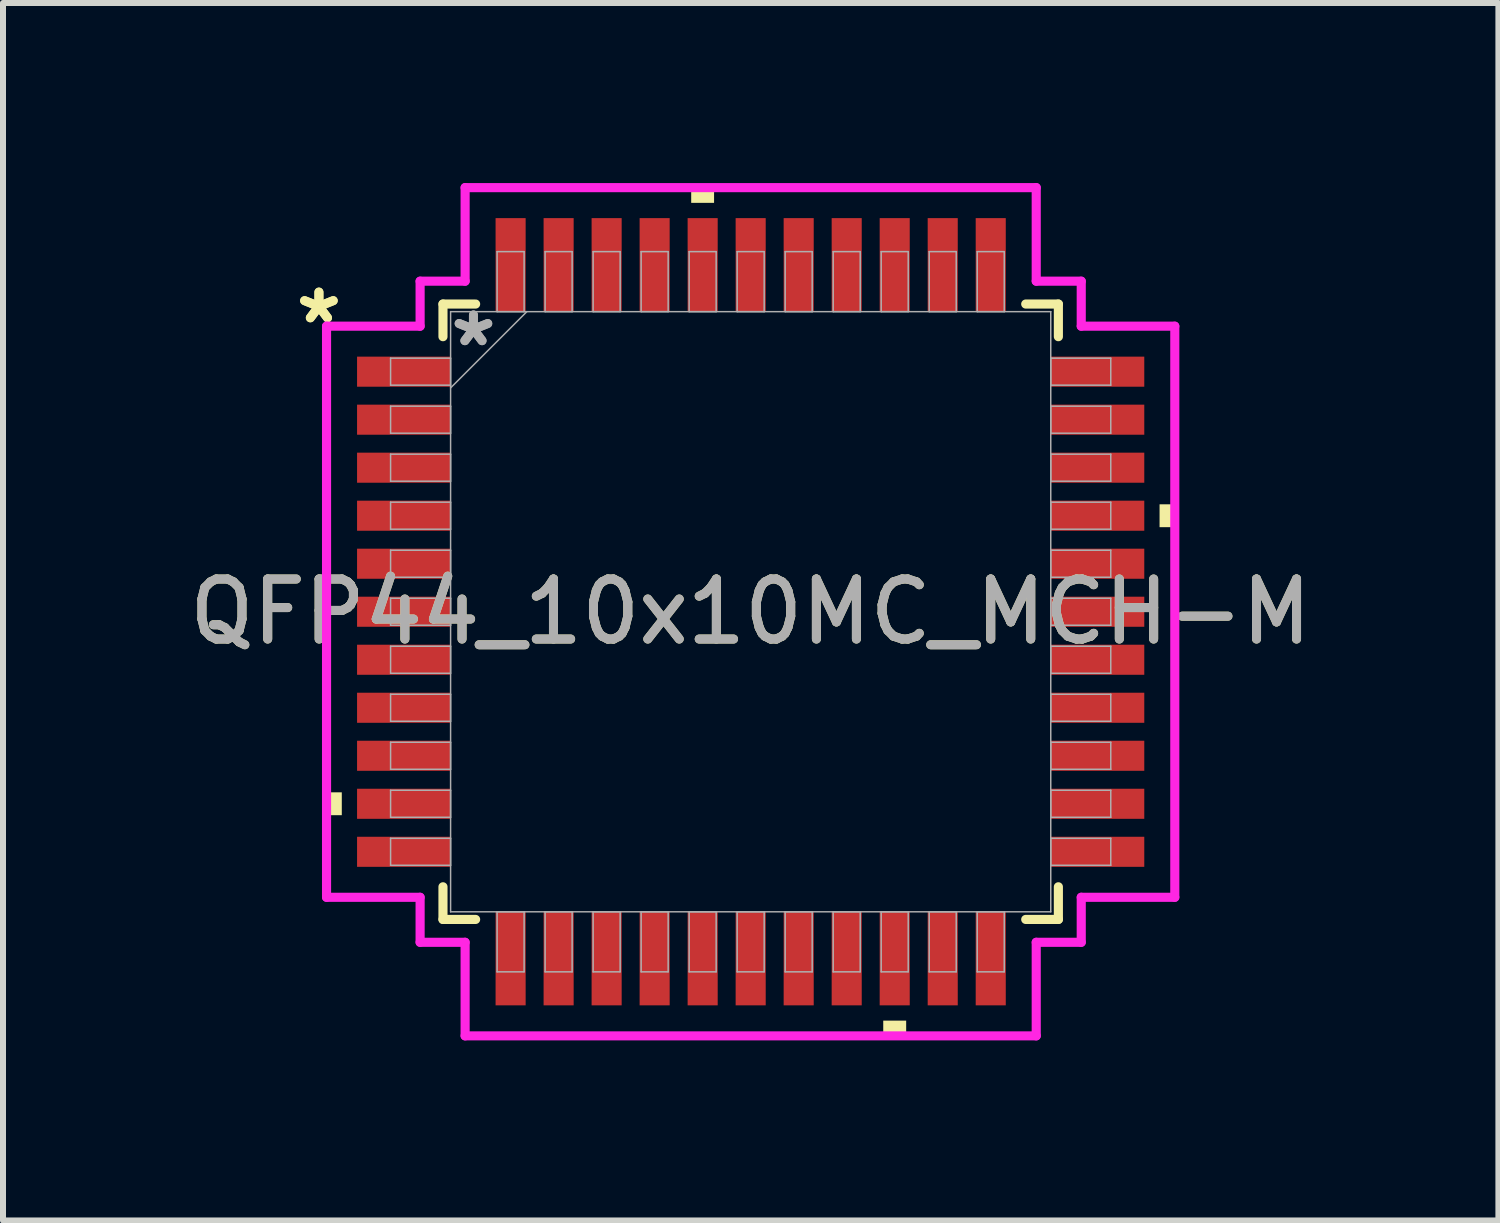
<source format=kicad_pcb>
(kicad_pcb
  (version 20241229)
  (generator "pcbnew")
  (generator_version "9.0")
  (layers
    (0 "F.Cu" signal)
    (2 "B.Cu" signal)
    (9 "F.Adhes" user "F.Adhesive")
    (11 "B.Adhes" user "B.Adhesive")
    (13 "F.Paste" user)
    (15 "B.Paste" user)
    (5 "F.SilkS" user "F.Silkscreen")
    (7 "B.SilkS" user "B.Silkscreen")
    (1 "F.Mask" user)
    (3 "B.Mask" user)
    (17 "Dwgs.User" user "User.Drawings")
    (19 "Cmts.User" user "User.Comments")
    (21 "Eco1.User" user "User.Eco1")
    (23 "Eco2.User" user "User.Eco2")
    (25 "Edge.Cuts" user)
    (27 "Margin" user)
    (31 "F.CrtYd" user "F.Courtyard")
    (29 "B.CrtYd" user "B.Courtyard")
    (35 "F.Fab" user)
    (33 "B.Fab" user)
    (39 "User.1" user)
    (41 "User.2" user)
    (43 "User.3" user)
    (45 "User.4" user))
  (footprint "QFP44_10x10MC_MCH-M"
    (layer "F.Cu")
    (at 9.458 7.143)
    (property "Reference" "QFP44_10x10MC_MCH-M" (at 0 0 0) (unlocked yes) (layer "F.SilkS") (effects (font (size 1 1) (thickness 0.15))))
    (attr smd)
    (fp_line (start -5.127 -5.127) (end -5.127 -4.583) (stroke (width 0.152) (type solid)) (layer "F.SilkS"))
    (fp_line (start -5.127 4.583) (end -5.127 5.127) (stroke (width 0.152) (type solid)) (layer "F.SilkS"))
    (fp_line (start -5.127 5.127) (end -4.583 5.127) (stroke (width 0.152) (type solid)) (layer "F.SilkS"))
    (fp_line (start -4.583 -5.127) (end -5.127 -5.127) (stroke (width 0.152) (type solid)) (layer "F.SilkS"))
    (fp_line (start 4.583 5.127) (end 5.127 5.127) (stroke (width 0.152) (type solid)) (layer "F.SilkS"))
    (fp_line (start 5.127 -5.127) (end 4.583 -5.127) (stroke (width 0.152) (type solid)) (layer "F.SilkS"))
    (fp_line (start 5.127 -4.583) (end 5.127 -5.127) (stroke (width 0.152) (type solid)) (layer "F.SilkS"))
    (fp_line (start 5.127 5.127) (end 5.127 4.583) (stroke (width 0.152) (type solid)) (layer "F.SilkS"))
    (fp_poly (pts (xy -7.067 3.009) (xy -7.067 3.39) (xy -6.813 3.39) (xy -6.813 3.009)) (stroke (width 0) (type solid)) (fill yes) (layer "F.SilkS"))
    (fp_poly (pts (xy -0.991 -6.813) (xy -0.991 -7.067) (xy -0.61 -7.067) (xy -0.61 -6.813)) (stroke (width 0) (type solid)) (fill yes) (layer "F.SilkS"))
    (fp_poly (pts (xy 2.209 6.813) (xy 2.209 7.067) (xy 2.591 7.067) (xy 2.591 6.813)) (stroke (width 0) (type solid)) (fill yes) (layer "F.SilkS"))
    (fp_poly (pts (xy 7.067 -1.79) (xy 7.067 -1.409) (xy 6.813 -1.409) (xy 6.813 -1.79)) (stroke (width 0) (type solid)) (fill yes) (layer "F.SilkS"))
    (fp_line (start -7.067 -4.758) (end -5.508 -4.758) (stroke (width 0.152) (type solid)) (layer "F.CrtYd"))
    (fp_line (start -7.067 4.758) (end -7.067 -4.758) (stroke (width 0.152) (type solid)) (layer "F.CrtYd"))
    (fp_line (start -5.508 -5.508) (end -4.758 -5.508) (stroke (width 0.152) (type solid)) (layer "F.CrtYd"))
    (fp_line (start -5.508 -4.758) (end -5.508 -5.508) (stroke (width 0.152) (type solid)) (layer "F.CrtYd"))
    (fp_line (start -5.508 4.758) (end -7.067 4.758) (stroke (width 0.152) (type solid)) (layer "F.CrtYd"))
    (fp_line (start -5.508 5.508) (end -5.508 4.758) (stroke (width 0.152) (type solid)) (layer "F.CrtYd"))
    (fp_line (start -5.508 5.508) (end -4.758 5.508) (stroke (width 0.152) (type solid)) (layer "F.CrtYd"))
    (fp_line (start -4.758 -7.067) (end 4.758 -7.067) (stroke (width 0.152) (type solid)) (layer "F.CrtYd"))
    (fp_line (start -4.758 -5.508) (end -4.758 -7.067) (stroke (width 0.152) (type solid)) (layer "F.CrtYd"))
    (fp_line (start -4.758 5.508) (end -4.758 7.067) (stroke (width 0.152) (type solid)) (layer "F.CrtYd"))
    (fp_line (start -4.758 7.067) (end 4.758 7.067) (stroke (width 0.152) (type solid)) (layer "F.CrtYd"))
    (fp_line (start 4.758 -7.067) (end 4.758 -5.508) (stroke (width 0.152) (type solid)) (layer "F.CrtYd"))
    (fp_line (start 4.758 -5.508) (end 5.508 -5.508) (stroke (width 0.152) (type solid)) (layer "F.CrtYd"))
    (fp_line (start 4.758 5.508) (end 5.508 5.508) (stroke (width 0.152) (type solid)) (layer "F.CrtYd"))
    (fp_line (start 4.758 7.067) (end 4.758 5.508) (stroke (width 0.152) (type solid)) (layer "F.CrtYd"))
    (fp_line (start 5.508 -4.758) (end 5.508 -5.508) (stroke (width 0.152) (type solid)) (layer "F.CrtYd"))
    (fp_line (start 5.508 4.758) (end 7.067 4.758) (stroke (width 0.152) (type solid)) (layer "F.CrtYd"))
    (fp_line (start 5.508 5.508) (end 5.508 4.758) (stroke (width 0.152) (type solid)) (layer "F.CrtYd"))
    (fp_line (start 7.067 -4.758) (end 5.508 -4.758) (stroke (width 0.152) (type solid)) (layer "F.CrtYd"))
    (fp_line (start 7.067 4.758) (end 7.067 -4.758) (stroke (width 0.152) (type solid)) (layer "F.CrtYd"))
    (fp_line (start -6 -4.225) (end -6 -3.775) (stroke (width 0.025) (type solid)) (layer "F.Fab"))
    (fp_line (start -6 -3.775) (end -5 -3.775) (stroke (width 0.025) (type solid)) (layer "F.Fab"))
    (fp_line (start -6 -3.425) (end -6 -2.975) (stroke (width 0.025) (type solid)) (layer "F.Fab"))
    (fp_line (start -6 -2.975) (end -5 -2.975) (stroke (width 0.025) (type solid)) (layer "F.Fab"))
    (fp_line (start -6 -2.625) (end -6 -2.175) (stroke (width 0.025) (type solid)) (layer "F.Fab"))
    (fp_line (start -6 -2.175) (end -5 -2.175) (stroke (width 0.025) (type solid)) (layer "F.Fab"))
    (fp_line (start -6 -1.825) (end -6 -1.375) (stroke (width 0.025) (type solid)) (layer "F.Fab"))
    (fp_line (start -6 -1.375) (end -5 -1.375) (stroke (width 0.025) (type solid)) (layer "F.Fab"))
    (fp_line (start -6 -1.025) (end -6 -0.575) (stroke (width 0.025) (type solid)) (layer "F.Fab"))
    (fp_line (start -6 -0.575) (end -5 -0.575) (stroke (width 0.025) (type solid)) (layer "F.Fab"))
    (fp_line (start -6 -0.225) (end -6 0.225) (stroke (width 0.025) (type solid)) (layer "F.Fab"))
    (fp_line (start -6 0.225) (end -5 0.225) (stroke (width 0.025) (type solid)) (layer "F.Fab"))
    (fp_line (start -6 0.575) (end -6 1.025) (stroke (width 0.025) (type solid)) (layer "F.Fab"))
    (fp_line (start -6 1.025) (end -5 1.025) (stroke (width 0.025) (type solid)) (layer "F.Fab"))
    (fp_line (start -6 1.375) (end -6 1.825) (stroke (width 0.025) (type solid)) (layer "F.Fab"))
    (fp_line (start -6 1.825) (end -5 1.825) (stroke (width 0.025) (type solid)) (layer "F.Fab"))
    (fp_line (start -6 2.175) (end -6 2.625) (stroke (width 0.025) (type solid)) (layer "F.Fab"))
    (fp_line (start -6 2.625) (end -5 2.625) (stroke (width 0.025) (type solid)) (layer "F.Fab"))
    (fp_line (start -6 2.975) (end -6 3.425) (stroke (width 0.025) (type solid)) (layer "F.Fab"))
    (fp_line (start -6 3.425) (end -5 3.425) (stroke (width 0.025) (type solid)) (layer "F.Fab"))
    (fp_line (start -6 3.775) (end -6 4.225) (stroke (width 0.025) (type solid)) (layer "F.Fab"))
    (fp_line (start -6 4.225) (end -5 4.225) (stroke (width 0.025) (type solid)) (layer "F.Fab"))
    (fp_line (start -5 -5) (end -5 5) (stroke (width 0.025) (type solid)) (layer "F.Fab"))
    (fp_line (start -5 -4.225) (end -6 -4.225) (stroke (width 0.025) (type solid)) (layer "F.Fab"))
    (fp_line (start -5 -3.775) (end -5 -4.225) (stroke (width 0.025) (type solid)) (layer "F.Fab"))
    (fp_line (start -5 -3.73) (end -3.73 -5) (stroke (width 0.025) (type solid)) (layer "F.Fab"))
    (fp_line (start -5 -3.425) (end -6 -3.425) (stroke (width 0.025) (type solid)) (layer "F.Fab"))
    (fp_line (start -5 -2.975) (end -5 -3.425) (stroke (width 0.025) (type solid)) (layer "F.Fab"))
    (fp_line (start -5 -2.625) (end -6 -2.625) (stroke (width 0.025) (type solid)) (layer "F.Fab"))
    (fp_line (start -5 -2.175) (end -5 -2.625) (stroke (width 0.025) (type solid)) (layer "F.Fab"))
    (fp_line (start -5 -1.825) (end -6 -1.825) (stroke (width 0.025) (type solid)) (layer "F.Fab"))
    (fp_line (start -5 -1.375) (end -5 -1.825) (stroke (width 0.025) (type solid)) (layer "F.Fab"))
    (fp_line (start -5 -1.025) (end -6 -1.025) (stroke (width 0.025) (type solid)) (layer "F.Fab"))
    (fp_line (start -5 -0.575) (end -5 -1.025) (stroke (width 0.025) (type solid)) (layer "F.Fab"))
    (fp_line (start -5 -0.225) (end -6 -0.225) (stroke (width 0.025) (type solid)) (layer "F.Fab"))
    (fp_line (start -5 0.225) (end -5 -0.225) (stroke (width 0.025) (type solid)) (layer "F.Fab"))
    (fp_line (start -5 0.575) (end -6 0.575) (stroke (width 0.025) (type solid)) (layer "F.Fab"))
    (fp_line (start -5 1.025) (end -5 0.575) (stroke (width 0.025) (type solid)) (layer "F.Fab"))
    (fp_line (start -5 1.375) (end -6 1.375) (stroke (width 0.025) (type solid)) (layer "F.Fab"))
    (fp_line (start -5 1.825) (end -5 1.375) (stroke (width 0.025) (type solid)) (layer "F.Fab"))
    (fp_line (start -5 2.175) (end -6 2.175) (stroke (width 0.025) (type solid)) (layer "F.Fab"))
    (fp_line (start -5 2.625) (end -5 2.175) (stroke (width 0.025) (type solid)) (layer "F.Fab"))
    (fp_line (start -5 2.975) (end -6 2.975) (stroke (width 0.025) (type solid)) (layer "F.Fab"))
    (fp_line (start -5 3.425) (end -5 2.975) (stroke (width 0.025) (type solid)) (layer "F.Fab"))
    (fp_line (start -5 3.775) (end -6 3.775) (stroke (width 0.025) (type solid)) (layer "F.Fab"))
    (fp_line (start -5 4.225) (end -5 3.775) (stroke (width 0.025) (type solid)) (layer "F.Fab"))
    (fp_line (start -5 5) (end 5 5) (stroke (width 0.025) (type solid)) (layer "F.Fab"))
    (fp_line (start -4.225 5) (end -4.225 6) (stroke (width 0.025) (type solid)) (layer "F.Fab"))
    (fp_line (start -4.225 6) (end -3.775 6) (stroke (width 0.025) (type solid)) (layer "F.Fab"))
    (fp_line (start -4.225 -6) (end -4.225 -5) (stroke (width 0.025) (type solid)) (layer "F.Fab"))
    (fp_line (start -4.225 -5) (end -3.775 -5) (stroke (width 0.025) (type solid)) (layer "F.Fab"))
    (fp_line (start -3.775 5) (end -4.225 5) (stroke (width 0.025) (type solid)) (layer "F.Fab"))
    (fp_line (start -3.775 6) (end -3.775 5) (stroke (width 0.025) (type solid)) (layer "F.Fab"))
    (fp_line (start -3.775 -6) (end -4.225 -6) (stroke (width 0.025) (type solid)) (layer "F.Fab"))
    (fp_line (start -3.775 -5) (end -3.775 -6) (stroke (width 0.025) (type solid)) (layer "F.Fab"))
    (fp_line (start -3.425 -6) (end -3.425 -5) (stroke (width 0.025) (type solid)) (layer "F.Fab"))
    (fp_line (start -3.425 -5) (end -2.975 -5) (stroke (width 0.025) (type solid)) (layer "F.Fab"))
    (fp_line (start -3.425 5) (end -3.425 6) (stroke (width 0.025) (type solid)) (layer "F.Fab"))
    (fp_line (start -3.425 6) (end -2.975 6) (stroke (width 0.025) (type solid)) (layer "F.Fab"))
    (fp_line (start -2.975 5) (end -3.425 5) (stroke (width 0.025) (type solid)) (layer "F.Fab"))
    (fp_line (start -2.975 6) (end -2.975 5) (stroke (width 0.025) (type solid)) (layer "F.Fab"))
    (fp_line (start -2.975 -6) (end -3.425 -6) (stroke (width 0.025) (type solid)) (layer "F.Fab"))
    (fp_line (start -2.975 -5) (end -2.975 -6) (stroke (width 0.025) (type solid)) (layer "F.Fab"))
    (fp_line (start -2.625 -6) (end -2.625 -5) (stroke (width 0.025) (type solid)) (layer "F.Fab"))
    (fp_line (start -2.625 -5) (end -2.175 -5) (stroke (width 0.025) (type solid)) (layer "F.Fab"))
    (fp_line (start -2.625 5) (end -2.625 6) (stroke (width 0.025) (type solid)) (layer "F.Fab"))
    (fp_line (start -2.625 6) (end -2.175 6) (stroke (width 0.025) (type solid)) (layer "F.Fab"))
    (fp_line (start -2.175 -6) (end -2.625 -6) (stroke (width 0.025) (type solid)) (layer "F.Fab"))
    (fp_line (start -2.175 -5) (end -2.175 -6) (stroke (width 0.025) (type solid)) (layer "F.Fab"))
    (fp_line (start -2.175 5) (end -2.625 5) (stroke (width 0.025) (type solid)) (layer "F.Fab"))
    (fp_line (start -2.175 6) (end -2.175 5) (stroke (width 0.025) (type solid)) (layer "F.Fab"))
    (fp_line (start -1.825 -6) (end -1.825 -5) (stroke (width 0.025) (type solid)) (layer "F.Fab"))
    (fp_line (start -1.825 -5) (end -1.375 -5) (stroke (width 0.025) (type solid)) (layer "F.Fab"))
    (fp_line (start -1.825 5) (end -1.825 6) (stroke (width 0.025) (type solid)) (layer "F.Fab"))
    (fp_line (start -1.825 6) (end -1.375 6) (stroke (width 0.025) (type solid)) (layer "F.Fab"))
    (fp_line (start -1.375 -6) (end -1.825 -6) (stroke (width 0.025) (type solid)) (layer "F.Fab"))
    (fp_line (start -1.375 -5) (end -1.375 -6) (stroke (width 0.025) (type solid)) (layer "F.Fab"))
    (fp_line (start -1.375 5) (end -1.825 5) (stroke (width 0.025) (type solid)) (layer "F.Fab"))
    (fp_line (start -1.375 6) (end -1.375 5) (stroke (width 0.025) (type solid)) (layer "F.Fab"))
    (fp_line (start -1.025 -6) (end -1.025 -5) (stroke (width 0.025) (type solid)) (layer "F.Fab"))
    (fp_line (start -1.025 -5) (end -0.575 -5) (stroke (width 0.025) (type solid)) (layer "F.Fab"))
    (fp_line (start -1.025 5) (end -1.025 6) (stroke (width 0.025) (type solid)) (layer "F.Fab"))
    (fp_line (start -1.025 6) (end -0.575 6) (stroke (width 0.025) (type solid)) (layer "F.Fab"))
    (fp_line (start -0.575 -6) (end -1.025 -6) (stroke (width 0.025) (type solid)) (layer "F.Fab"))
    (fp_line (start -0.575 -5) (end -0.575 -6) (stroke (width 0.025) (type solid)) (layer "F.Fab"))
    (fp_line (start -0.575 5) (end -1.025 5) (stroke (width 0.025) (type solid)) (layer "F.Fab"))
    (fp_line (start -0.575 6) (end -0.575 5) (stroke (width 0.025) (type solid)) (layer "F.Fab"))
    (fp_line (start -0.225 -6) (end -0.225 -5) (stroke (width 0.025) (type solid)) (layer "F.Fab"))
    (fp_line (start -0.225 -5) (end 0.225 -5) (stroke (width 0.025) (type solid)) (layer "F.Fab"))
    (fp_line (start -0.225 5) (end -0.225 6) (stroke (width 0.025) (type solid)) (layer "F.Fab"))
    (fp_line (start -0.225 6) (end 0.225 6) (stroke (width 0.025) (type solid)) (layer "F.Fab"))
    (fp_line (start 0.225 -6) (end -0.225 -6) (stroke (width 0.025) (type solid)) (layer "F.Fab"))
    (fp_line (start 0.225 -5) (end 0.225 -6) (stroke (width 0.025) (type solid)) (layer "F.Fab"))
    (fp_line (start 0.225 5) (end -0.225 5) (stroke (width 0.025) (type solid)) (layer "F.Fab"))
    (fp_line (start 0.225 6) (end 0.225 5) (stroke (width 0.025) (type solid)) (layer "F.Fab"))
    (fp_line (start 0.575 -6) (end 0.575 -5) (stroke (width 0.025) (type solid)) (layer "F.Fab"))
    (fp_line (start 0.575 -5) (end 1.025 -5) (stroke (width 0.025) (type solid)) (layer "F.Fab"))
    (fp_line (start 0.575 5) (end 0.575 6) (stroke (width 0.025) (type solid)) (layer "F.Fab"))
    (fp_line (start 0.575 6) (end 1.025 6) (stroke (width 0.025) (type solid)) (layer "F.Fab"))
    (fp_line (start 1.025 -6) (end 0.575 -6) (stroke (width 0.025) (type solid)) (layer "F.Fab"))
    (fp_line (start 1.025 -5) (end 1.025 -6) (stroke (width 0.025) (type solid)) (layer "F.Fab"))
    (fp_line (start 1.025 5) (end 0.575 5) (stroke (width 0.025) (type solid)) (layer "F.Fab"))
    (fp_line (start 1.025 6) (end 1.025 5) (stroke (width 0.025) (type solid)) (layer "F.Fab"))
    (fp_line (start 1.375 -6) (end 1.375 -5) (stroke (width 0.025) (type solid)) (layer "F.Fab"))
    (fp_line (start 1.375 -5) (end 1.825 -5) (stroke (width 0.025) (type solid)) (layer "F.Fab"))
    (fp_line (start 1.375 5) (end 1.375 6) (stroke (width 0.025) (type solid)) (layer "F.Fab"))
    (fp_line (start 1.375 6) (end 1.825 6) (stroke (width 0.025) (type solid)) (layer "F.Fab"))
    (fp_line (start 1.825 -6) (end 1.375 -6) (stroke (width 0.025) (type solid)) (layer "F.Fab"))
    (fp_line (start 1.825 -5) (end 1.825 -6) (stroke (width 0.025) (type solid)) (layer "F.Fab"))
    (fp_line (start 1.825 5) (end 1.375 5) (stroke (width 0.025) (type solid)) (layer "F.Fab"))
    (fp_line (start 1.825 6) (end 1.825 5) (stroke (width 0.025) (type solid)) (layer "F.Fab"))
    (fp_line (start 2.175 -6) (end 2.175 -5) (stroke (width 0.025) (type solid)) (layer "F.Fab"))
    (fp_line (start 2.175 -5) (end 2.625 -5) (stroke (width 0.025) (type solid)) (layer "F.Fab"))
    (fp_line (start 2.175 5) (end 2.175 6) (stroke (width 0.025) (type solid)) (layer "F.Fab"))
    (fp_line (start 2.175 6) (end 2.625 6) (stroke (width 0.025) (type solid)) (layer "F.Fab"))
    (fp_line (start 2.625 -6) (end 2.175 -6) (stroke (width 0.025) (type solid)) (layer "F.Fab"))
    (fp_line (start 2.625 -5) (end 2.625 -6) (stroke (width 0.025) (type solid)) (layer "F.Fab"))
    (fp_line (start 2.625 5) (end 2.175 5) (stroke (width 0.025) (type solid)) (layer "F.Fab"))
    (fp_line (start 2.625 6) (end 2.625 5) (stroke (width 0.025) (type solid)) (layer "F.Fab"))
    (fp_line (start 2.975 5) (end 2.975 6) (stroke (width 0.025) (type solid)) (layer "F.Fab"))
    (fp_line (start 2.975 6) (end 3.425 6) (stroke (width 0.025) (type solid)) (layer "F.Fab"))
    (fp_line (start 2.975 -6) (end 2.975 -5) (stroke (width 0.025) (type solid)) (layer "F.Fab"))
    (fp_line (start 2.975 -5) (end 3.425 -5) (stroke (width 0.025) (type solid)) (layer "F.Fab"))
    (fp_line (start 3.425 -6) (end 2.975 -6) (stroke (width 0.025) (type solid)) (layer "F.Fab"))
    (fp_line (start 3.425 -5) (end 3.425 -6) (stroke (width 0.025) (type solid)) (layer "F.Fab"))
    (fp_line (start 3.425 5) (end 2.975 5) (stroke (width 0.025) (type solid)) (layer "F.Fab"))
    (fp_line (start 3.425 6) (end 3.425 5) (stroke (width 0.025) (type solid)) (layer "F.Fab"))
    (fp_line (start 3.775 5) (end 3.775 6) (stroke (width 0.025) (type solid)) (layer "F.Fab"))
    (fp_line (start 3.775 6) (end 4.225 6) (stroke (width 0.025) (type solid)) (layer "F.Fab"))
    (fp_line (start 3.775 -6) (end 3.775 -5) (stroke (width 0.025) (type solid)) (layer "F.Fab"))
    (fp_line (start 3.775 -5) (end 4.225 -5) (stroke (width 0.025) (type solid)) (layer "F.Fab"))
    (fp_line (start 4.225 5) (end 3.775 5) (stroke (width 0.025) (type solid)) (layer "F.Fab"))
    (fp_line (start 4.225 6) (end 4.225 5) (stroke (width 0.025) (type solid)) (layer "F.Fab"))
    (fp_line (start 4.225 -6) (end 3.775 -6) (stroke (width 0.025) (type solid)) (layer "F.Fab"))
    (fp_line (start 4.225 -5) (end 4.225 -6) (stroke (width 0.025) (type solid)) (layer "F.Fab"))
    (fp_line (start 5 -5) (end -5 -5) (stroke (width 0.025) (type solid)) (layer "F.Fab"))
    (fp_line (start 5 -4.225) (end 5 -3.775) (stroke (width 0.025) (type solid)) (layer "F.Fab"))
    (fp_line (start 5 -3.775) (end 6 -3.775) (stroke (width 0.025) (type solid)) (layer "F.Fab"))
    (fp_line (start 5 -3.425) (end 5 -2.975) (stroke (width 0.025) (type solid)) (layer "F.Fab"))
    (fp_line (start 5 -2.975) (end 6 -2.975) (stroke (width 0.025) (type solid)) (layer "F.Fab"))
    (fp_line (start 5 -2.625) (end 5 -2.175) (stroke (width 0.025) (type solid)) (layer "F.Fab"))
    (fp_line (start 5 -2.175) (end 6 -2.175) (stroke (width 0.025) (type solid)) (layer "F.Fab"))
    (fp_line (start 5 -1.825) (end 5 -1.375) (stroke (width 0.025) (type solid)) (layer "F.Fab"))
    (fp_line (start 5 -1.375) (end 6 -1.375) (stroke (width 0.025) (type solid)) (layer "F.Fab"))
    (fp_line (start 5 -1.025) (end 5 -0.575) (stroke (width 0.025) (type solid)) (layer "F.Fab"))
    (fp_line (start 5 -0.575) (end 6 -0.575) (stroke (width 0.025) (type solid)) (layer "F.Fab"))
    (fp_line (start 5 -0.225) (end 5 0.225) (stroke (width 0.025) (type solid)) (layer "F.Fab"))
    (fp_line (start 5 0.225) (end 6 0.225) (stroke (width 0.025) (type solid)) (layer "F.Fab"))
    (fp_line (start 5 0.575) (end 5 1.025) (stroke (width 0.025) (type solid)) (layer "F.Fab"))
    (fp_line (start 5 1.025) (end 6 1.025) (stroke (width 0.025) (type solid)) (layer "F.Fab"))
    (fp_line (start 5 1.375) (end 5 1.825) (stroke (width 0.025) (type solid)) (layer "F.Fab"))
    (fp_line (start 5 1.825) (end 6 1.825) (stroke (width 0.025) (type solid)) (layer "F.Fab"))
    (fp_line (start 5 2.175) (end 5 2.625) (stroke (width 0.025) (type solid)) (layer "F.Fab"))
    (fp_line (start 5 2.625) (end 6 2.625) (stroke (width 0.025) (type solid)) (layer "F.Fab"))
    (fp_line (start 5 2.975) (end 5 3.425) (stroke (width 0.025) (type solid)) (layer "F.Fab"))
    (fp_line (start 5 3.425) (end 6 3.425) (stroke (width 0.025) (type solid)) (layer "F.Fab"))
    (fp_line (start 5 3.775) (end 5 4.225) (stroke (width 0.025) (type solid)) (layer "F.Fab"))
    (fp_line (start 5 4.225) (end 6 4.225) (stroke (width 0.025) (type solid)) (layer "F.Fab"))
    (fp_line (start 5 5) (end 5 -5) (stroke (width 0.025) (type solid)) (layer "F.Fab"))
    (fp_line (start 6 -4.225) (end 5 -4.225) (stroke (width 0.025) (type solid)) (layer "F.Fab"))
    (fp_line (start 6 -3.775) (end 6 -4.225) (stroke (width 0.025) (type solid)) (layer "F.Fab"))
    (fp_line (start 6 -3.425) (end 5 -3.425) (stroke (width 0.025) (type solid)) (layer "F.Fab"))
    (fp_line (start 6 -2.975) (end 6 -3.425) (stroke (width 0.025) (type solid)) (layer "F.Fab"))
    (fp_line (start 6 -2.625) (end 5 -2.625) (stroke (width 0.025) (type solid)) (layer "F.Fab"))
    (fp_line (start 6 -2.175) (end 6 -2.625) (stroke (width 0.025) (type solid)) (layer "F.Fab"))
    (fp_line (start 6 -1.825) (end 5 -1.825) (stroke (width 0.025) (type solid)) (layer "F.Fab"))
    (fp_line (start 6 -1.375) (end 6 -1.825) (stroke (width 0.025) (type solid)) (layer "F.Fab"))
    (fp_line (start 6 -1.025) (end 5 -1.025) (stroke (width 0.025) (type solid)) (layer "F.Fab"))
    (fp_line (start 6 -0.575) (end 6 -1.025) (stroke (width 0.025) (type solid)) (layer "F.Fab"))
    (fp_line (start 6 -0.225) (end 5 -0.225) (stroke (width 0.025) (type solid)) (layer "F.Fab"))
    (fp_line (start 6 0.225) (end 6 -0.225) (stroke (width 0.025) (type solid)) (layer "F.Fab"))
    (fp_line (start 6 0.575) (end 5 0.575) (stroke (width 0.025) (type solid)) (layer "F.Fab"))
    (fp_line (start 6 1.025) (end 6 0.575) (stroke (width 0.025) (type solid)) (layer "F.Fab"))
    (fp_line (start 6 1.375) (end 5 1.375) (stroke (width 0.025) (type solid)) (layer "F.Fab"))
    (fp_line (start 6 1.825) (end 6 1.375) (stroke (width 0.025) (type solid)) (layer "F.Fab"))
    (fp_line (start 6 2.175) (end 5 2.175) (stroke (width 0.025) (type solid)) (layer "F.Fab"))
    (fp_line (start 6 2.625) (end 6 2.175) (stroke (width 0.025) (type solid)) (layer "F.Fab"))
    (fp_line (start 6 2.975) (end 5 2.975) (stroke (width 0.025) (type solid)) (layer "F.Fab"))
    (fp_line (start 6 3.425) (end 6 2.975) (stroke (width 0.025) (type solid)) (layer "F.Fab"))
    (fp_line (start 6 3.775) (end 5 3.775) (stroke (width 0.025) (type solid)) (layer "F.Fab"))
    (fp_line (start 6 4.225) (end 6 3.775) (stroke (width 0.025) (type solid)) (layer "F.Fab"))
    (fp_text user "*" (at -7.194 -4.781 0) (layer "F.SilkS") (effects (font (size 1 1) (thickness 0.15))))
    (fp_text user "*" (at -7.194 -4.781 0) (unlocked yes) (layer "F.SilkS") (effects (font (size 1 1) (thickness 0.15))))
    (fp_text user "*" (at -4.619 -4.4 0) (unlocked yes) (layer "F.Fab") (effects (font (size 1 1) (thickness 0.15))))
    (fp_text user "${REFERENCE}" (at 0 0 0) (unlocked yes) (layer "F.Fab") (effects (font (size 1 1) (thickness 0.15))))
    (fp_text user "*" (at -4.619 -4.4 0) (layer "F.Fab") (effects (font (size 1 1) (thickness 0.15))))
    (pad "1" smd rect (at -5.779 -4 90) (size 0.501 1.559) (layers "F.Cu" "F.Mask" "F.Paste"))
    (pad "2" smd rect (at -5.779 -3.2 90) (size 0.501 1.559) (layers "F.Cu" "F.Mask" "F.Paste"))
    (pad "3" smd rect (at -5.779 -2.4 90) (size 0.501 1.559) (layers "F.Cu" "F.Mask" "F.Paste"))
    (pad "4" smd rect (at -5.779 -1.6 90) (size 0.501 1.559) (layers "F.Cu" "F.Mask" "F.Paste"))
    (pad "5" smd rect (at -5.779 -0.8 90) (size 0.501 1.559) (layers "F.Cu" "F.Mask" "F.Paste"))
    (pad "6" smd rect (at -5.779 0 90) (size 0.501 1.559) (layers "F.Cu" "F.Mask" "F.Paste"))
    (pad "7" smd rect (at -5.779 0.8 90) (size 0.501 1.559) (layers "F.Cu" "F.Mask" "F.Paste"))
    (pad "8" smd rect (at -5.779 1.6 90) (size 0.501 1.559) (layers "F.Cu" "F.Mask" "F.Paste"))
    (pad "9" smd rect (at -5.779 2.4 90) (size 0.501 1.559) (layers "F.Cu" "F.Mask" "F.Paste"))
    (pad "10" smd rect (at -5.779 3.2 90) (size 0.501 1.559) (layers "F.Cu" "F.Mask" "F.Paste"))
    (pad "11" smd rect (at -5.779 4 90) (size 0.501 1.559) (layers "F.Cu" "F.Mask" "F.Paste"))
    (pad "12" smd rect (at -4 5.779) (size 0.501 1.559) (layers "F.Cu" "F.Mask" "F.Paste"))
    (pad "13" smd rect (at -3.2 5.779) (size 0.501 1.559) (layers "F.Cu" "F.Mask" "F.Paste"))
    (pad "14" smd rect (at -2.4 5.779) (size 0.501 1.559) (layers "F.Cu" "F.Mask" "F.Paste"))
    (pad "15" smd rect (at -1.6 5.779) (size 0.501 1.559) (layers "F.Cu" "F.Mask" "F.Paste"))
    (pad "16" smd rect (at -0.8 5.779) (size 0.501 1.559) (layers "F.Cu" "F.Mask" "F.Paste"))
    (pad "17" smd rect (at 0 5.779) (size 0.501 1.559) (layers "F.Cu" "F.Mask" "F.Paste"))
    (pad "18" smd rect (at 0.8 5.779) (size 0.501 1.559) (layers "F.Cu" "F.Mask" "F.Paste"))
    (pad "19" smd rect (at 1.6 5.779) (size 0.501 1.559) (layers "F.Cu" "F.Mask" "F.Paste"))
    (pad "20" smd rect (at 2.4 5.779) (size 0.501 1.559) (layers "F.Cu" "F.Mask" "F.Paste"))
    (pad "21" smd rect (at 3.2 5.779) (size 0.501 1.559) (layers "F.Cu" "F.Mask" "F.Paste"))
    (pad "22" smd rect (at 4 5.779) (size 0.501 1.559) (layers "F.Cu" "F.Mask" "F.Paste"))
    (pad "23" smd rect (at 5.779 4 90) (size 0.501 1.559) (layers "F.Cu" "F.Mask" "F.Paste"))
    (pad "24" smd rect (at 5.779 3.2 90) (size 0.501 1.559) (layers "F.Cu" "F.Mask" "F.Paste"))
    (pad "25" smd rect (at 5.779 2.4 90) (size 0.501 1.559) (layers "F.Cu" "F.Mask" "F.Paste"))
    (pad "26" smd rect (at 5.779 1.6 90) (size 0.501 1.559) (layers "F.Cu" "F.Mask" "F.Paste"))
    (pad "27" smd rect (at 5.779 0.8 90) (size 0.501 1.559) (layers "F.Cu" "F.Mask" "F.Paste"))
    (pad "28" smd rect (at 5.779 0 90) (size 0.501 1.559) (layers "F.Cu" "F.Mask" "F.Paste"))
    (pad "29" smd rect (at 5.779 -0.8 90) (size 0.501 1.559) (layers "F.Cu" "F.Mask" "F.Paste"))
    (pad "30" smd rect (at 5.779 -1.6 90) (size 0.501 1.559) (layers "F.Cu" "F.Mask" "F.Paste"))
    (pad "31" smd rect (at 5.779 -2.4 90) (size 0.501 1.559) (layers "F.Cu" "F.Mask" "F.Paste"))
    (pad "32" smd rect (at 5.779 -3.2 90) (size 0.501 1.559) (layers "F.Cu" "F.Mask" "F.Paste"))
    (pad "33" smd rect (at 5.779 -4 90) (size 0.501 1.559) (layers "F.Cu" "F.Mask" "F.Paste"))
    (pad "34" smd rect (at 4 -5.779) (size 0.501 1.559) (layers "F.Cu" "F.Mask" "F.Paste"))
    (pad "35" smd rect (at 3.2 -5.779) (size 0.501 1.559) (layers "F.Cu" "F.Mask" "F.Paste"))
    (pad "36" smd rect (at 2.4 -5.779) (size 0.501 1.559) (layers "F.Cu" "F.Mask" "F.Paste"))
    (pad "37" smd rect (at 1.6 -5.779) (size 0.501 1.559) (layers "F.Cu" "F.Mask" "F.Paste"))
    (pad "38" smd rect (at 0.8 -5.779) (size 0.501 1.559) (layers "F.Cu" "F.Mask" "F.Paste"))
    (pad "39" smd rect (at 0 -5.779) (size 0.501 1.559) (layers "F.Cu" "F.Mask" "F.Paste"))
    (pad "40" smd rect (at -0.8 -5.779) (size 0.501 1.559) (layers "F.Cu" "F.Mask" "F.Paste"))
    (pad "41" smd rect (at -1.6 -5.779) (size 0.501 1.559) (layers "F.Cu" "F.Mask" "F.Paste"))
    (pad "42" smd rect (at -2.4 -5.779) (size 0.501 1.559) (layers "F.Cu" "F.Mask" "F.Paste"))
    (pad "43" smd rect (at -3.2 -5.779) (size 0.501 1.559) (layers "F.Cu" "F.Mask" "F.Paste"))
    (pad "44" smd rect (at -4 -5.779) (size 0.501 1.559) (layers "F.Cu" "F.Mask" "F.Paste")))
  (gr_rect
    (start -3 -3)
    (end 21.917 17.286)
    (stroke (width 0.1) (type default))
    (fill no)
    (layer "Edge.Cuts")))
</source>
